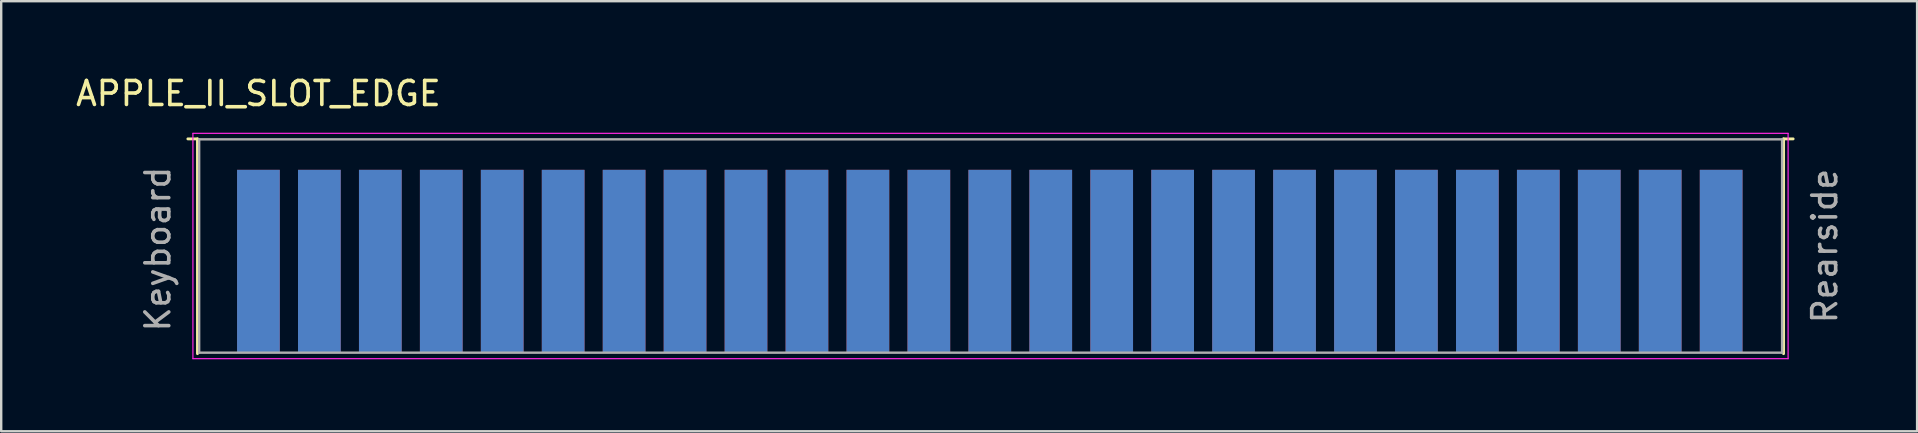
<source format=kicad_pcb>
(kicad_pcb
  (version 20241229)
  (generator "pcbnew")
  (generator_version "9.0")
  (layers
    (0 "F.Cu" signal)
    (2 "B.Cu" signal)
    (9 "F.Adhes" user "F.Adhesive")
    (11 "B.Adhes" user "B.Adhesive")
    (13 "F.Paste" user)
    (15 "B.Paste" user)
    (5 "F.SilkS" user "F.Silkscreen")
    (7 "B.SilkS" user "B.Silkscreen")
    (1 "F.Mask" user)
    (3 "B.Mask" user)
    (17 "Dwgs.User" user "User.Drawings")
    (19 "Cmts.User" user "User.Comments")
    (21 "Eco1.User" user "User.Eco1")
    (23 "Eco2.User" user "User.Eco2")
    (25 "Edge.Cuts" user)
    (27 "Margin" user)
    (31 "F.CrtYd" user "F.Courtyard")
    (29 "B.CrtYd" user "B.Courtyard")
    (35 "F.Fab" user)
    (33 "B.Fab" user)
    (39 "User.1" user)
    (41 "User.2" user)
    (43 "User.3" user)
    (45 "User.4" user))
  (footprint "APPLE_II_SLOT_EDGE"
    (layer "F.Cu")
    (at 68.68 7.838)
    (property "Reference" "APPLE_II_SLOT_EDGE" (at -60.96 -6.99 0) (layer "F.SilkS") (effects (font (size 1 1) (thickness 0.15))))
    (attr exclude_from_pos_files exclude_from_bom)
    (fp_line (start -63.5 -5.1) (end -63.9 -5.1) (stroke (width 0.12) (type solid)) (layer "F.SilkS"))
    (fp_line (start -63.5 -5.1) (end -63.5 3.85) (stroke (width 0.12) (type solid)) (layer "F.SilkS"))
    (fp_line (start 2.6 -5.1) (end 3 -5.1) (stroke (width 0.12) (type solid)) (layer "F.SilkS"))
    (fp_line (start 2.6 3.85) (end 2.6 -5.1) (stroke (width 0.12) (type solid)) (layer "F.SilkS"))
    (fp_line (start -63.69 -5.33) (end -63.69 4.06) (stroke (width 0.05) (type solid)) (layer "F.CrtYd"))
    (fp_line (start -63.69 -5.33) (end 2.79 -5.33) (stroke (width 0.05) (type solid)) (layer "F.CrtYd"))
    (fp_line (start 2.79 4.06) (end -63.69 4.06) (stroke (width 0.05) (type solid)) (layer "F.CrtYd"))
    (fp_line (start 2.79 4.06) (end 2.79 -5.33) (stroke (width 0.05) (type solid)) (layer "F.CrtYd"))
    (fp_line (start -63.43 -5.08) (end 2.54 -5.08) (stroke (width 0.1) (type solid)) (layer "F.Fab"))
    (fp_line (start -63.43 3.81) (end -63.43 -5.08) (stroke (width 0.1) (type solid)) (layer "F.Fab"))
    (fp_line (start 2.54 -5.08) (end 2.54 3.81) (stroke (width 0.1) (type solid)) (layer "F.Fab"))
    (fp_line (start 2.54 3.81) (end -63.43 3.81) (stroke (width 0.1) (type solid)) (layer "F.Fab"))
    (fp_text user "Keyboard" (at -65.151 -0.508 90) (layer "F.Fab") (effects (font (size 1 1) (thickness 0.15))))
    (fp_text user "Rearside" (at 4.318 -0.635 270) (layer "F.Fab") (effects (font (size 1 1) (thickness 0.15))))
    (pad "1" connect rect (at 0 0) (size 1.78 7.62) (layers "F.Cu" "B.Mask"))
    (pad "2" connect rect (at -2.54 0) (size 1.78 7.62) (layers "F.Cu" "B.Mask"))
    (pad "3" connect rect (at -5.08 0) (size 1.78 7.62) (layers "F.Cu" "B.Mask"))
    (pad "4" connect rect (at -7.62 0) (size 1.78 7.62) (layers "F.Cu" "B.Mask"))
    (pad "5" connect rect (at -10.16 0) (size 1.78 7.62) (layers "F.Cu" "B.Mask"))
    (pad "6" connect rect (at -12.7 0) (size 1.78 7.62) (layers "F.Cu" "B.Mask"))
    (pad "7" connect rect (at -15.24 0) (size 1.78 7.62) (layers "F.Cu" "B.Mask"))
    (pad "8" connect rect (at -17.78 0) (size 1.78 7.62) (layers "F.Cu" "B.Mask"))
    (pad "9" connect rect (at -20.32 0) (size 1.78 7.62) (layers "F.Cu" "B.Mask"))
    (pad "10" connect rect (at -22.86 0) (size 1.78 7.62) (layers "F.Cu" "B.Mask"))
    (pad "11" connect rect (at -25.4 0) (size 1.78 7.62) (layers "F.Cu" "B.Mask"))
    (pad "12" connect rect (at -27.94 0) (size 1.78 7.62) (layers "F.Cu" "B.Mask"))
    (pad "13" connect rect (at -30.48 0) (size 1.78 7.62) (layers "F.Cu" "B.Mask"))
    (pad "14" connect rect (at -33.02 0) (size 1.78 7.62) (layers "F.Cu" "B.Mask"))
    (pad "15" connect rect (at -35.56 0) (size 1.78 7.62) (layers "F.Cu" "B.Mask"))
    (pad "16" connect rect (at -38.1 0) (size 1.78 7.62) (layers "F.Cu" "B.Mask"))
    (pad "17" connect rect (at -40.64 0) (size 1.78 7.62) (layers "F.Cu" "B.Mask"))
    (pad "18" connect rect (at -43.18 0) (size 1.78 7.62) (layers "F.Cu" "B.Mask"))
    (pad "19" connect rect (at -45.72 0) (size 1.78 7.62) (layers "F.Cu" "B.Mask"))
    (pad "20" connect rect (at -48.26 0) (size 1.78 7.62) (layers "F.Cu" "B.Mask"))
    (pad "21" connect rect (at -50.8 0) (size 1.78 7.62) (layers "F.Cu" "B.Mask"))
    (pad "22" connect rect (at -53.34 0) (size 1.78 7.62) (layers "F.Cu" "B.Mask"))
    (pad "23" connect rect (at -55.88 0) (size 1.78 7.62) (layers "F.Cu" "B.Mask"))
    (pad "24" connect rect (at -58.42 0) (size 1.78 7.62) (layers "F.Cu" "B.Mask"))
    (pad "25" connect rect (at -60.96 0) (size 1.78 7.62) (layers "F.Cu" "B.Mask"))
    (pad "26" connect rect (at 0 0) (size 1.78 7.62) (layers "B.Cu" "B.Mask"))
    (pad "27" connect rect (at -2.54 0) (size 1.78 7.62) (layers "B.Cu" "B.Mask"))
    (pad "28" connect rect (at -5.08 0) (size 1.78 7.62) (layers "B.Cu" "B.Mask"))
    (pad "29" connect rect (at -7.62 0) (size 1.78 7.62) (layers "B.Cu" "B.Mask"))
    (pad "30" connect rect (at -10.16 0) (size 1.78 7.62) (layers "B.Cu" "B.Mask"))
    (pad "31" connect rect (at -12.7 0) (size 1.78 7.62) (layers "B.Cu" "B.Mask"))
    (pad "32" connect rect (at -15.24 0) (size 1.78 7.62) (layers "B.Cu" "B.Mask"))
    (pad "33" connect rect (at -17.78 0) (size 1.78 7.62) (layers "B.Cu" "B.Mask"))
    (pad "34" connect rect (at -20.32 0) (size 1.78 7.62) (layers "B.Cu" "B.Mask"))
    (pad "35" connect rect (at -22.86 0) (size 1.78 7.62) (layers "B.Cu" "B.Mask"))
    (pad "36" connect rect (at -25.4 0) (size 1.78 7.62) (layers "B.Cu" "B.Mask"))
    (pad "37" connect rect (at -27.94 0) (size 1.78 7.62) (layers "B.Cu" "B.Mask"))
    (pad "38" connect rect (at -30.48 0) (size 1.78 7.62) (layers "B.Cu" "B.Mask"))
    (pad "39" connect rect (at -33.02 0) (size 1.78 7.62) (layers "B.Cu" "B.Mask"))
    (pad "40" connect rect (at -35.56 0) (size 1.78 7.62) (layers "B.Cu" "B.Mask"))
    (pad "41" connect rect (at -38.1 0) (size 1.78 7.62) (layers "B.Cu" "B.Mask"))
    (pad "42" connect rect (at -40.64 0) (size 1.78 7.62) (layers "B.Cu" "B.Mask"))
    (pad "43" connect rect (at -43.18 0) (size 1.78 7.62) (layers "B.Cu" "B.Mask"))
    (pad "44" connect rect (at -45.72 0) (size 1.78 7.62) (layers "B.Cu" "B.Mask"))
    (pad "45" connect rect (at -48.26 0) (size 1.78 7.62) (layers "B.Cu" "B.Mask"))
    (pad "46" connect rect (at -50.8 0) (size 1.78 7.62) (layers "B.Cu" "B.Mask"))
    (pad "47" connect rect (at -53.34 0) (size 1.78 7.62) (layers "B.Cu" "B.Mask"))
    (pad "48" connect rect (at -55.88 0) (size 1.78 7.62) (layers "B.Cu" "B.Mask"))
    (pad "49" connect rect (at -58.42 0) (size 1.78 7.62) (layers "B.Cu" "B.Mask"))
    (pad "50" connect rect (at -60.96 0) (size 1.78 7.62) (layers "B.Cu" "B.Mask")))
  (gr_rect
    (start -3 -3)
    (end 76.846 14.923)
    (stroke (width 0.1) (type default))
    (fill no)
    (layer "Edge.Cuts")))
</source>
